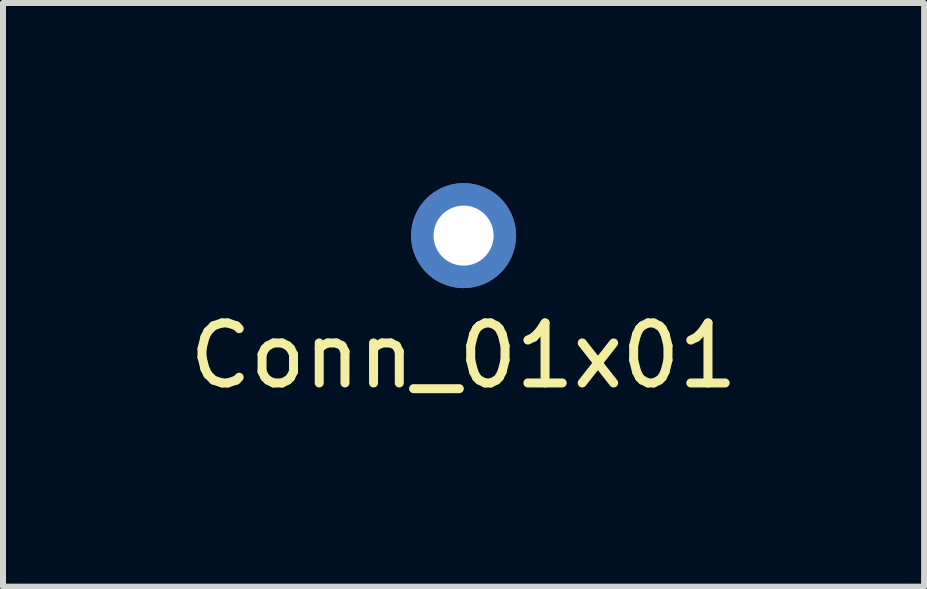
<source format=kicad_pcb>
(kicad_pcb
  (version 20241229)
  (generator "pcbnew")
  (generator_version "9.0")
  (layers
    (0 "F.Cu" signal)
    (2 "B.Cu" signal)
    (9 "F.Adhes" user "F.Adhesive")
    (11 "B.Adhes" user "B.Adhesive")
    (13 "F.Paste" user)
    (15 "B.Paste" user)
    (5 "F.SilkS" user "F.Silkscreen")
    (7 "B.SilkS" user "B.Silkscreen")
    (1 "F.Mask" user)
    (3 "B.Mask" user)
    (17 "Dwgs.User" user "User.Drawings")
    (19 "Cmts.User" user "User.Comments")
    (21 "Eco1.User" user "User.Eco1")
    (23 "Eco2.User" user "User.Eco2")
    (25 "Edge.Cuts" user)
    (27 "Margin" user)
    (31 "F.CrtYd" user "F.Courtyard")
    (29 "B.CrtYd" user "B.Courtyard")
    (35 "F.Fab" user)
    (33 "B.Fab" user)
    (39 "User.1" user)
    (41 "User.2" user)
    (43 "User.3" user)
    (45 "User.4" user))
  (footprint "Conn_01x01"
    (layer "F.Cu")
    (at 4.673 0.875)
    (property "Reference" "Conn_01x01" (at 0 2 0) (unlocked yes) (layer "F.SilkS") (effects (font (size 1 1) (thickness 0.15))))
    (attr through_hole)
    (pad "1" thru_hole circle (at 0 0) (size 1.75 1.75) (drill 1) (layers "*.Cu" "*.Mask")))
  (gr_rect
    (start -3 -3)
    (end 12.345 6.723)
    (stroke (width 0.1) (type default))
    (fill no)
    (layer "Edge.Cuts")))
</source>
